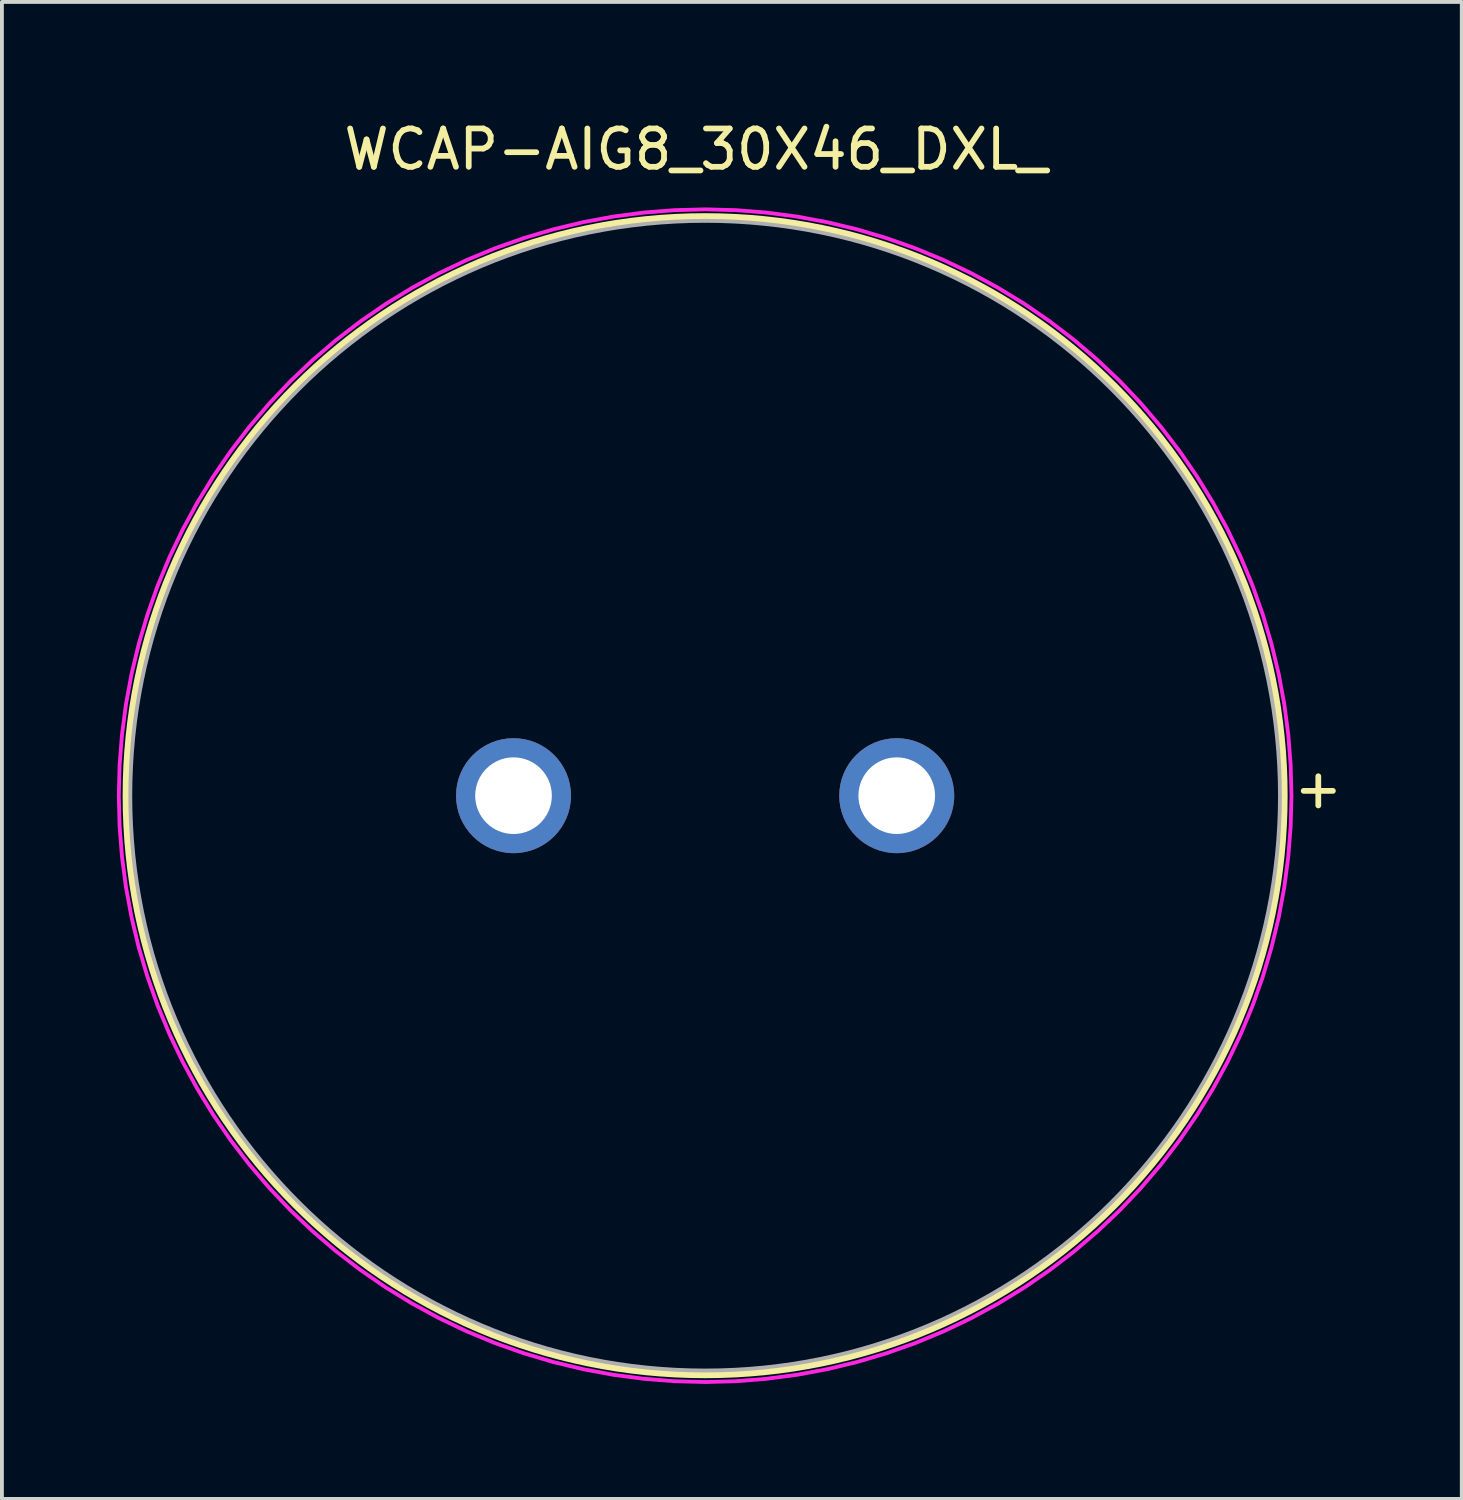
<source format=kicad_pcb>
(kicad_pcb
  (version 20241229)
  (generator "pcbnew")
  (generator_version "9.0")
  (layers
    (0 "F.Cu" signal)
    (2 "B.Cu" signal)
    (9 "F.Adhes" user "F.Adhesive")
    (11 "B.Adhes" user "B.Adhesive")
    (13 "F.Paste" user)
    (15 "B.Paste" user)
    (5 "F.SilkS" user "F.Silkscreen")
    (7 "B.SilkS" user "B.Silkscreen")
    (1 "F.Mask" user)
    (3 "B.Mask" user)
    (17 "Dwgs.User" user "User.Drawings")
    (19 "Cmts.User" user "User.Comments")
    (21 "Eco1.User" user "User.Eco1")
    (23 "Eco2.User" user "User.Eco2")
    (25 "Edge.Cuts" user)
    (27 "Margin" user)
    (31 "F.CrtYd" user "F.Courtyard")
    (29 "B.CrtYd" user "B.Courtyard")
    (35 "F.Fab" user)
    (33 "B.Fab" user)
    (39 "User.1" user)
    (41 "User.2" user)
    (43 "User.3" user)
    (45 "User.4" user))
  (footprint "WCAP-AIG8_30X46_DXL_"
    (layer "F.Cu")
    (at 15.35 17.713)
    (property "Reference" "WCAP-AIG8_30X46_DXL_" (at -0.24 -16.865 0) (layer "F.SilkS") (effects (font (size 1 1) (thickness 0.15))))
    (attr through_hole)
    (fp_circle (center 0 0) (end 15.1 0) (stroke (width 0.2) (type solid)) (fill no) (layer "F.SilkS"))
    (fp_poly (pts (xy 0 15.3) (xy -0.801 15.279) (xy -1.599 15.216) (xy -2.393 15.112) (xy -3.181 14.966) (xy -3.96 14.779) (xy -4.728 14.551) (xy -5.483 14.284) (xy -6.223 13.977) (xy -6.946 13.632) (xy -7.65 13.25) (xy -8.333 12.832) (xy -8.993 12.378) (xy -9.629 11.89) (xy -10.238 11.37) (xy -10.819 10.819) (xy -11.37 10.238) (xy -11.89 9.629) (xy -12.378 8.993) (xy -12.832 8.333) (xy -13.25 7.65) (xy -13.632 6.946) (xy -13.977 6.223) (xy -14.284 5.483) (xy -14.551 4.728) (xy -14.779 3.96) (xy -14.966 3.181) (xy -15.112 2.393) (xy -15.216 1.599) (xy -15.279 0.801) (xy -15.3 0) (xy -15.279 -0.801) (xy -15.216 -1.599) (xy -15.112 -2.393) (xy -14.966 -3.181) (xy -14.779 -3.96) (xy -14.551 -4.728) (xy -14.284 -5.483) (xy -13.977 -6.223) (xy -13.632 -6.946) (xy -13.25 -7.65) (xy -12.832 -8.333) (xy -12.378 -8.993) (xy -11.89 -9.629) (xy -11.37 -10.238) (xy -10.819 -10.819) (xy -10.238 -11.37) (xy -9.629 -11.89) (xy -8.993 -12.378) (xy -8.333 -12.832) (xy -7.65 -13.25) (xy -6.946 -13.632) (xy -6.223 -13.977) (xy -5.483 -14.284) (xy -4.728 -14.551) (xy -3.96 -14.779) (xy -3.181 -14.966) (xy -2.393 -15.112) (xy -1.599 -15.216) (xy -0.801 -15.279) (xy 0 -15.3) (xy 0.801 -15.279) (xy 1.599 -15.216) (xy 2.393 -15.112) (xy 3.181 -14.966) (xy 3.96 -14.779) (xy 4.728 -14.551) (xy 5.483 -14.284) (xy 6.223 -13.977) (xy 6.946 -13.632) (xy 7.65 -13.25) (xy 8.333 -12.832) (xy 8.993 -12.378) (xy 9.629 -11.89) (xy 10.238 -11.37) (xy 10.819 -10.819) (xy 11.37 -10.238) (xy 11.89 -9.629) (xy 12.378 -8.993) (xy 12.832 -8.333) (xy 13.25 -7.65) (xy 13.632 -6.946) (xy 13.977 -6.223) (xy 14.284 -5.483) (xy 14.551 -4.728) (xy 14.779 -3.96) (xy 14.966 -3.181) (xy 15.112 -2.393) (xy 15.216 -1.599) (xy 15.279 -0.801) (xy 15.3 0) (xy 15.279 0.801) (xy 15.216 1.599) (xy 15.112 2.393) (xy 14.966 3.181) (xy 14.779 3.96) (xy 14.551 4.728) (xy 14.284 5.483) (xy 13.977 6.223) (xy 13.632 6.946) (xy 13.25 7.65) (xy 12.832 8.333) (xy 12.378 8.993) (xy 11.89 9.629) (xy 11.37 10.238) (xy 10.819 10.819) (xy 10.238 11.37) (xy 9.629 11.89) (xy 8.993 12.378) (xy 8.333 12.832) (xy 7.65 13.25) (xy 6.946 13.632) (xy 6.223 13.977) (xy 5.483 14.284) (xy 4.728 14.551) (xy 3.96 14.779) (xy 3.181 14.966) (xy 2.393 15.112) (xy 1.599 15.216) (xy 0.801 15.279) (xy 0 15.3)) (stroke (width 0.1) (type solid)) (fill no) (layer "F.CrtYd"))
    (fp_circle (center 0 0) (end 15 0) (stroke (width 0.1) (type solid)) (fill no) (layer "F.Fab"))
    (fp_text user "+" (at 16 -0.2 0) (layer "F.SilkS") (effects (font (size 1 1) (thickness 0.15))))
    (pad "1" thru_hole circle (at 5 0) (size 3 3) (drill 2) (layers "*.Cu" "*.Mask"))
    (pad "2" thru_hole circle (at -5 0) (size 3 3) (drill 2) (layers "*.Cu" "*.Mask")))
  (gr_rect
    (start -3 -3)
    (end 35.094 36.063)
    (stroke (width 0.1) (type default))
    (fill no)
    (layer "Edge.Cuts")))
</source>
